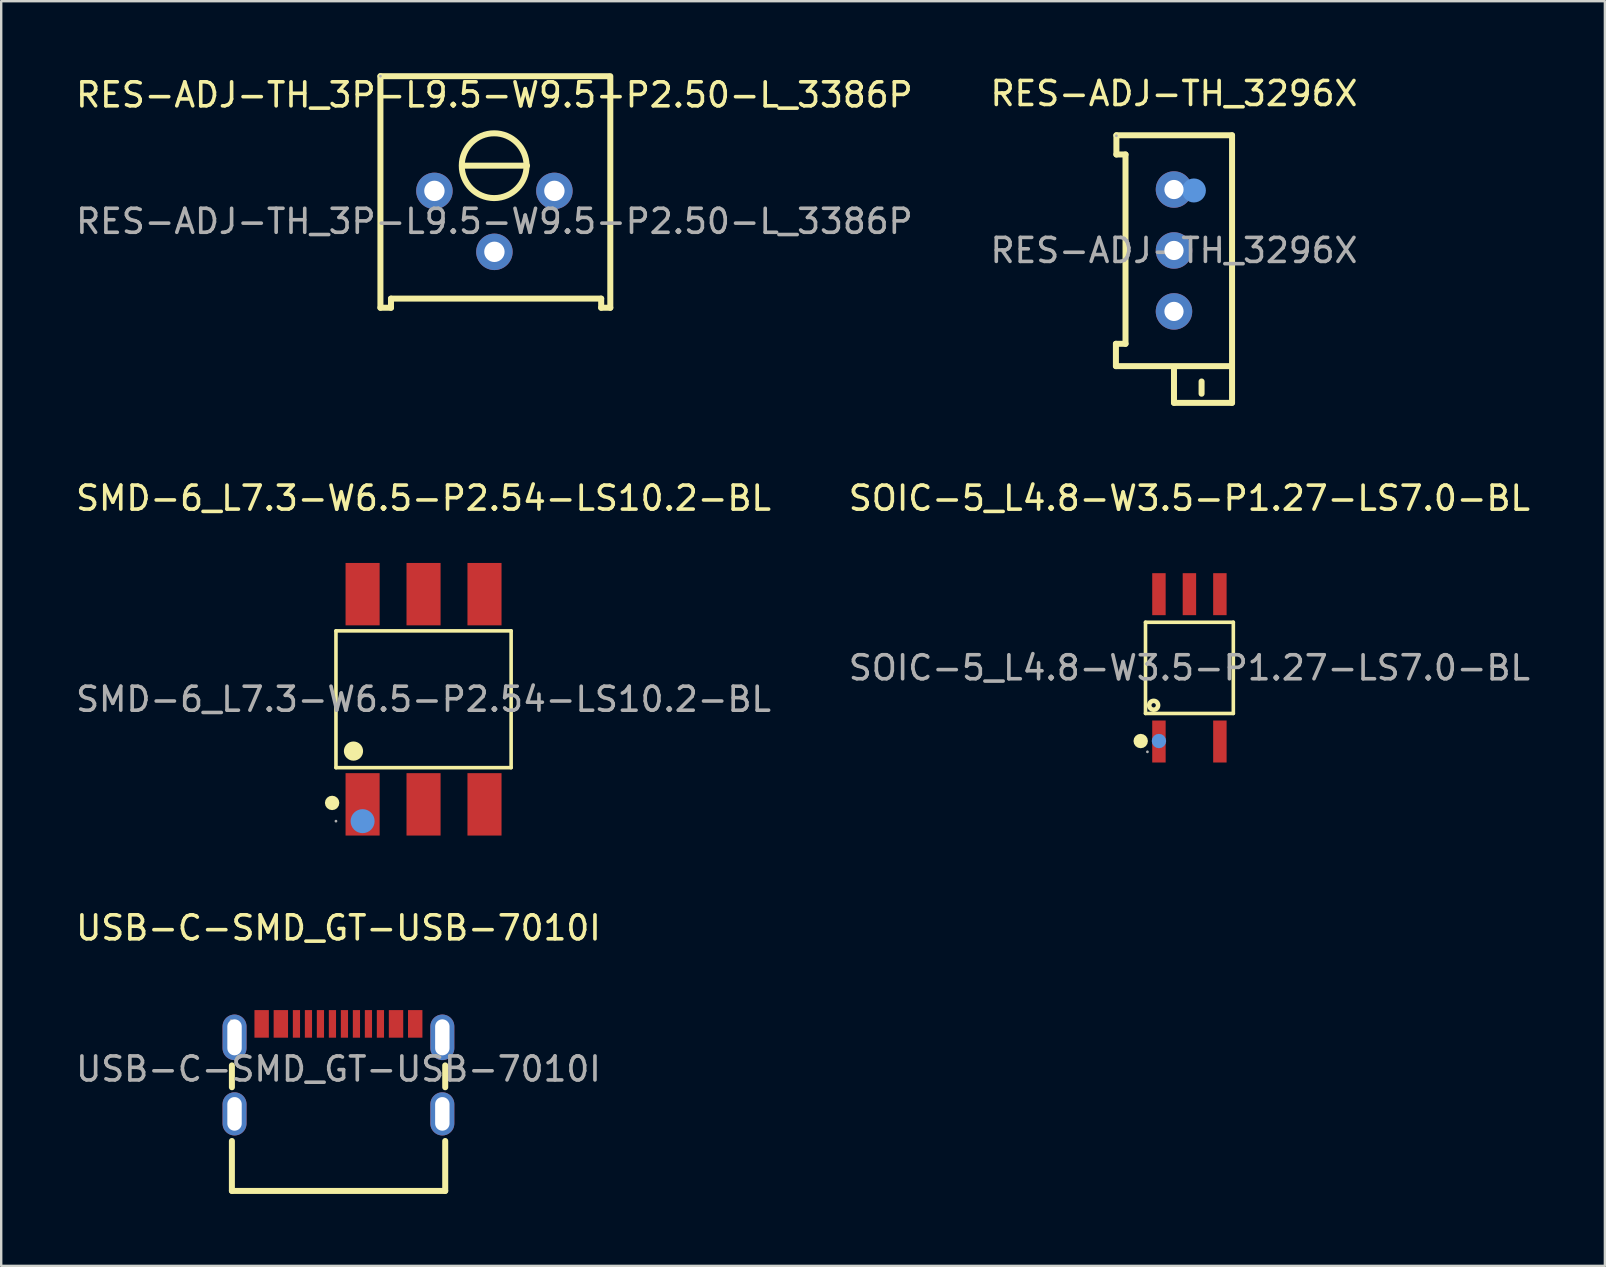
<source format=kicad_pcb>
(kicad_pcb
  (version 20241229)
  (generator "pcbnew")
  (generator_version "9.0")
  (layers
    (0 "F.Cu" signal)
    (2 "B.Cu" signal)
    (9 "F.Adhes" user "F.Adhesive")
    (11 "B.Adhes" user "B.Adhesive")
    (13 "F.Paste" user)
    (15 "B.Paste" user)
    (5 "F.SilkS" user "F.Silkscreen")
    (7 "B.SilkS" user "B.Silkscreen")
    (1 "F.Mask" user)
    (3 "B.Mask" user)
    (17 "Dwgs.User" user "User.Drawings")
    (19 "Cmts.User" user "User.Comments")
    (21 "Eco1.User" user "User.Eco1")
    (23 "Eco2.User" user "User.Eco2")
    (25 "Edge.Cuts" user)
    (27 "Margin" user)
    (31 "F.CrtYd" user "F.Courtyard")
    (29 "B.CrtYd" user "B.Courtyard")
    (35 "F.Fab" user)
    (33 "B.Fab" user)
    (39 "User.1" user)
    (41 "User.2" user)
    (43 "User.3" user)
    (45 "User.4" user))
  (footprint "RES-ADJ-TH_3P-L9.5-W9.5-P2.50-L_3386P"
    (layer "F.Cu")
    (at 17.554 6.175)
    (property "Reference" "RES-ADJ-TH_3P-L9.5-W9.5-P2.50-L_3386P" (at 0 -5.27 0) (layer "F.SilkS") (effects (font (size 1 1) (thickness 0.15))))
    (attr through_hole)
    (fp_line (start -4.75 -6.05) (end -4.75 3.6) (stroke (width 0.25) (type solid)) (layer "F.SilkS"))
    (fp_line (start -4.75 -6.05) (end 4.75 -6.05) (stroke (width 0.25) (type solid)) (layer "F.SilkS"))
    (fp_line (start -4.75 3.6) (end -4.31 3.6) (stroke (width 0.25) (type solid)) (layer "F.SilkS"))
    (fp_line (start -4.31 3.22) (end 4.45 3.22) (stroke (width 0.25) (type solid)) (layer "F.SilkS"))
    (fp_line (start -4.31 3.6) (end -4.31 3.22) (stroke (width 0.25) (type solid)) (layer "F.SilkS"))
    (fp_line (start -1.35 -2.32) (end 1.36 -2.32) (stroke (width 0.25) (type solid)) (layer "F.SilkS"))
    (fp_line (start 4.45 3.22) (end 4.45 3.6) (stroke (width 0.25) (type solid)) (layer "F.SilkS"))
    (fp_line (start 4.45 3.6) (end 4.83 3.6) (stroke (width 0.25) (type solid)) (layer "F.SilkS"))
    (fp_line (start 4.83 3.6) (end 4.83 -6.05) (stroke (width 0.25) (type solid)) (layer "F.SilkS"))
    (fp_arc (start -0.02 -0.97) (mid -0.010014 -3.670037) (end 0.000028 -0.97) (stroke (width 0.25) (type solid)) (layer "F.SilkS"))
    (fp_circle (center -4.75 -6.05) (end -4.72 -6.05) (stroke (width 0.06) (type solid)) (fill no) (layer "F.Fab"))
    (fp_circle (center -2.5 -1.27) (end -2.38 -1.27) (stroke (width 0.25) (type solid)) (fill no) (layer "F.Fab"))
    (fp_circle (center 0 1.27) (end 0.12 1.27) (stroke (width 0.25) (type solid)) (fill no) (layer "F.Fab"))
    (fp_circle (center 2.5 -1.27) (end 2.62 -1.27) (stroke (width 0.25) (type solid)) (fill no) (layer "F.Fab"))
    (fp_text user "${REFERENCE}" (at 0 0 0) (layer "F.Fab") (effects (font (size 1 1) (thickness 0.15))))
    (pad "1" thru_hole circle (at -2.5 -1.27) (size 1.52 1.52) (drill 0.85) (layers "*.Cu" "*.Mask"))
    (pad "2" thru_hole circle (at 0 1.27) (size 1.52 1.52) (drill 0.85) (layers "*.Cu" "*.Mask"))
    (pad "3" thru_hole circle (at 2.5 -1.27) (size 1.52 1.52) (drill 0.85) (layers "*.Cu" "*.Mask")))
  (footprint "USB-C-SMD_GT-USB-7010I"
    (layer "F.Cu")
    (at 11.054 41.5)
    (property "Reference" "USB-C-SMD_GT-USB-7010I" (at 0 -5.88 0) (layer "F.SilkS") (effects (font (size 1 1) (thickness 0.15))))
    (attr through_hole)
    (fp_line (start -4.44 -0.15) (end -4.44 0.76) (stroke (width 0.25) (type solid)) (layer "F.SilkS"))
    (fp_line (start -4.44 3) (end -4.44 5.08) (stroke (width 0.25) (type solid)) (layer "F.SilkS"))
    (fp_line (start -4.44 5.08) (end 4.45 5.08) (stroke (width 0.25) (type solid)) (layer "F.SilkS"))
    (fp_line (start 4.45 0.76) (end 4.45 -0.15) (stroke (width 0.25) (type solid)) (layer "F.SilkS"))
    (fp_line (start 4.45 5.08) (end 4.45 3) (stroke (width 0.25) (type solid)) (layer "F.SilkS"))
    (fp_circle (center -4.47 -2.02) (end -4.44 -2.02) (stroke (width 0.06) (type solid)) (fill no) (layer "F.Fab"))
    (fp_text user "${REFERENCE}" (at 0 0 0) (layer "F.Fab") (effects (font (size 1 1) (thickness 0.15))))
    (pad "1" thru_hole oval (at -4.33 -1.32) (size 1 1.9) (drill oval 0.6 1.5) (layers "*.Cu" "*.Mask"))
    (pad "2" thru_hole oval (at 4.33 -1.32) (size 1 1.9) (drill oval 0.6 1.5) (layers "*.Cu" "*.Mask"))
    (pad "3" thru_hole oval (at 4.33 1.87) (size 1 1.8) (drill oval 0.6 1.4) (layers "*.Cu" "*.Mask"))
    (pad "4" thru_hole oval (at -4.33 1.87) (size 1 1.8) (drill oval 0.6 1.4) (layers "*.Cu" "*.Mask"))
    (pad "A1B12" smd rect (at -3.2 -1.88) (size 0.6 1.15) (layers "F.Cu" "F.Mask" "F.Paste"))
    (pad "A4B9" smd rect (at -2.4 -1.88) (size 0.6 1.15) (layers "F.Cu" "F.Mask" "F.Paste"))
    (pad "A5" smd rect (at -1.25 -1.88) (size 0.3 1.15) (layers "F.Cu" "F.Mask" "F.Paste"))
    (pad "A6" smd rect (at -0.25 -1.88) (size 0.3 1.15) (layers "F.Cu" "F.Mask" "F.Paste"))
    (pad "A7" smd rect (at 0.25 -1.88) (size 0.3 1.15) (layers "F.Cu" "F.Mask" "F.Paste"))
    (pad "A8" smd rect (at 1.25 -1.88) (size 0.3 1.15) (layers "F.Cu" "F.Mask" "F.Paste"))
    (pad "B1A12" smd rect (at 3.2 -1.88) (size 0.6 1.15) (layers "F.Cu" "F.Mask" "F.Paste"))
    (pad "B4A9" smd rect (at 2.4 -1.88) (size 0.6 1.15) (layers "F.Cu" "F.Mask" "F.Paste"))
    (pad "B5" smd rect (at 1.75 -1.88) (size 0.3 1.15) (layers "F.Cu" "F.Mask" "F.Paste"))
    (pad "B6" smd rect (at 0.75 -1.88) (size 0.3 1.15) (layers "F.Cu" "F.Mask" "F.Paste"))
    (pad "B7" smd rect (at -0.75 -1.88) (size 0.3 1.15) (layers "F.Cu" "F.Mask" "F.Paste"))
    (pad "B8" smd rect (at -1.75 -1.88) (size 0.3 1.15) (layers "F.Cu" "F.Mask" "F.Paste")))
  (footprint "SOIC-5_L4.8-W3.5-P1.27-LS7.0-BL"
    (layer "F.Cu")
    (at 46.518 24.782)
    (property "Reference" "SOIC-5_L4.8-W3.5-P1.27-LS7.0-BL" (at 0 -7.07 0) (layer "F.SilkS") (effects (font (size 1 1) (thickness 0.15))))
    (attr through_hole)
    (fp_line (start -1.83 -1.9) (end 1.83 -1.9) (stroke (width 0.15) (type solid)) (layer "F.SilkS"))
    (fp_line (start -1.83 1.9) (end -1.83 -1.9) (stroke (width 0.15) (type solid)) (layer "F.SilkS"))
    (fp_line (start 1.83 -1.9) (end 1.83 1.9) (stroke (width 0.15) (type solid)) (layer "F.SilkS"))
    (fp_line (start 1.83 1.9) (end -1.83 1.9) (stroke (width 0.15) (type solid)) (layer "F.SilkS"))
    (fp_circle (center -2.03 3.05) (end -1.88 3.05) (stroke (width 0.3) (type solid)) (fill no) (layer "F.SilkS"))
    (fp_circle (center -1.49 1.56) (end -1.4 1.56) (stroke (width 0.19) (type solid)) (fill no) (layer "F.SilkS"))
    (fp_circle (center -1.27 3.05) (end -1.12 3.05) (stroke (width 0.3) (type solid)) (fill no) (layer "Cmts.User"))
    (fp_circle (center -1.75 3.5) (end -1.72 3.5) (stroke (width 0.06) (type solid)) (fill no) (layer "F.Fab"))
    (fp_text user "${REFERENCE}" (at 0 0 0) (layer "F.Fab") (effects (font (size 1 1) (thickness 0.15))))
    (pad "1" smd rect (at -1.27 3.07) (size 0.56 1.75) (layers "F.Cu" "F.Mask" "F.Paste"))
    (pad "2" smd rect (at 1.27 3.07) (size 0.56 1.75) (layers "F.Cu" "F.Mask" "F.Paste"))
    (pad "3" smd rect (at 1.27 -3.07) (size 0.56 1.75) (layers "F.Cu" "F.Mask" "F.Paste"))
    (pad "4" smd rect (at 0 -3.07) (size 0.56 1.75) (layers "F.Cu" "F.Mask" "F.Paste"))
    (pad "5" smd rect (at -1.27 -3.07) (size 0.56 1.75) (layers "F.Cu" "F.Mask" "F.Paste")))
  (footprint "SMD-6_L7.3-W6.5-P2.54-LS10.2-BL"
    (layer "F.Cu")
    (at 14.601 26.091)
    (property "Reference" "SMD-6_L7.3-W6.5-P2.54-LS10.2-BL" (at 0 -8.38 0) (layer "F.SilkS") (effects (font (size 1 1) (thickness 0.15))))
    (attr smd)
    (fp_line (start -3.65 -2.85) (end 3.65 -2.85) (stroke (width 0.15) (type solid)) (layer "F.SilkS"))
    (fp_line (start -3.65 2.85) (end -3.65 -2.85) (stroke (width 0.15) (type solid)) (layer "F.SilkS"))
    (fp_line (start 3.65 -2.85) (end 3.65 2.85) (stroke (width 0.15) (type solid)) (layer "F.SilkS"))
    (fp_line (start 3.65 2.85) (end -3.65 2.85) (stroke (width 0.15) (type solid)) (layer "F.SilkS"))
    (fp_circle (center -3.81 4.32) (end -3.66 4.32) (stroke (width 0.3) (type solid)) (fill no) (layer "F.SilkS"))
    (fp_circle (center -2.92 2.16) (end -2.72 2.16) (stroke (width 0.4) (type solid)) (fill no) (layer "F.SilkS"))
    (fp_circle (center -2.54 5.08) (end -2.29 5.08) (stroke (width 0.5) (type solid)) (fill no) (layer "Cmts.User"))
    (fp_circle (center -3.65 5.08) (end -3.62 5.08) (stroke (width 0.06) (type solid)) (fill no) (layer "F.Fab"))
    (fp_text user "${REFERENCE}" (at 0 0 0) (layer "F.Fab") (effects (font (size 1 1) (thickness 0.15))))
    (pad "1" smd rect (at -2.54 4.38) (size 1.42 2.6) (layers "F.Cu" "F.Mask" "F.Paste"))
    (pad "2" smd rect (at 0 4.38) (size 1.42 2.6) (layers "F.Cu" "F.Mask" "F.Paste"))
    (pad "3" smd rect (at 2.54 4.38) (size 1.42 2.6) (layers "F.Cu" "F.Mask" "F.Paste"))
    (pad "4" smd rect (at 2.54 -4.38) (size 1.42 2.6) (layers "F.Cu" "F.Mask" "F.Paste"))
    (pad "5" smd rect (at 0 -4.38) (size 1.42 2.6) (layers "F.Cu" "F.Mask" "F.Paste"))
    (pad "6" smd rect (at -2.54 -4.38) (size 1.42 2.6) (layers "F.Cu" "F.Mask" "F.Paste")))
  (footprint "RES-ADJ-TH_3296X"
    (layer "F.Cu")
    (at 45.875 7.388)
    (property "Reference" "RES-ADJ-TH_3296X" (at 0 -6.54 0) (layer "F.SilkS") (effects (font (size 1 1) (thickness 0.15))))
    (attr through_hole)
    (fp_line (start -2.42 3.89) (end -2.02 3.89) (stroke (width 0.25) (type solid)) (layer "F.SilkS"))
    (fp_line (start -2.42 4.82) (end -2.42 3.89) (stroke (width 0.25) (type solid)) (layer "F.SilkS"))
    (fp_line (start -2.4 -4.8) (end 2.42 -4.8) (stroke (width 0.25) (type solid)) (layer "F.SilkS"))
    (fp_line (start -2.4 -4) (end -2.4 -4.8) (stroke (width 0.25) (type solid)) (layer "F.SilkS"))
    (fp_line (start -2.02 -4) (end -2.4 -4) (stroke (width 0.25) (type solid)) (layer "F.SilkS"))
    (fp_line (start -2.02 3.89) (end -2.02 -4) (stroke (width 0.25) (type solid)) (layer "F.SilkS"))
    (fp_line (start 0 6.35) (end 0 4.86) (stroke (width 0.25) (type solid)) (layer "F.SilkS"))
    (fp_line (start 1.15 5.97) (end 1.15 5.46) (stroke (width 0.25) (type solid)) (layer "F.SilkS"))
    (fp_line (start 2.29 4.82) (end -2.42 4.82) (stroke (width 0.25) (type solid)) (layer "F.SilkS"))
    (fp_line (start 2.42 -4.8) (end 2.42 6.35) (stroke (width 0.25) (type solid)) (layer "F.SilkS"))
    (fp_line (start 2.42 6.35) (end 0 6.35) (stroke (width 0.25) (type solid)) (layer "F.SilkS"))
    (fp_circle (center 0.83 -2.5) (end 1.08 -2.5) (stroke (width 0.5) (type solid)) (fill no) (layer "Cmts.User"))
    (fp_circle (center -2.4 -4.78) (end -2.37 -4.78) (stroke (width 0.06) (type solid)) (fill no) (layer "F.Fab"))
    (fp_circle (center 0 -2.54) (end 0.12 -2.54) (stroke (width 0.25) (type solid)) (fill no) (layer "F.Fab"))
    (fp_circle (center 0 0) (end 0.12 0) (stroke (width 0.25) (type solid)) (fill no) (layer "F.Fab"))
    (fp_circle (center 0 2.54) (end 0.12 2.54) (stroke (width 0.25) (type solid)) (fill no) (layer "F.Fab"))
    (fp_text user "${REFERENCE}" (at 0 0 0) (layer "F.Fab") (effects (font (size 1 1) (thickness 0.15))))
    (pad "1" thru_hole circle (at 0 -2.54 270) (size 1.52 1.52) (drill 0.8) (layers "*.Cu" "*.Mask"))
    (pad "2" thru_hole circle (at 0 0 270) (size 1.52 1.52) (drill 0.8) (layers "*.Cu" "*.Mask"))
    (pad "3" thru_hole circle (at 0 2.54 270) (size 1.52 1.52) (drill 0.8) (layers "*.Cu" "*.Mask")))
  (gr_rect
    (start -3 -3)
    (end 63.833 49.705)
    (stroke (width 0.1) (type default))
    (fill no)
    (layer "Edge.Cuts")))
</source>
